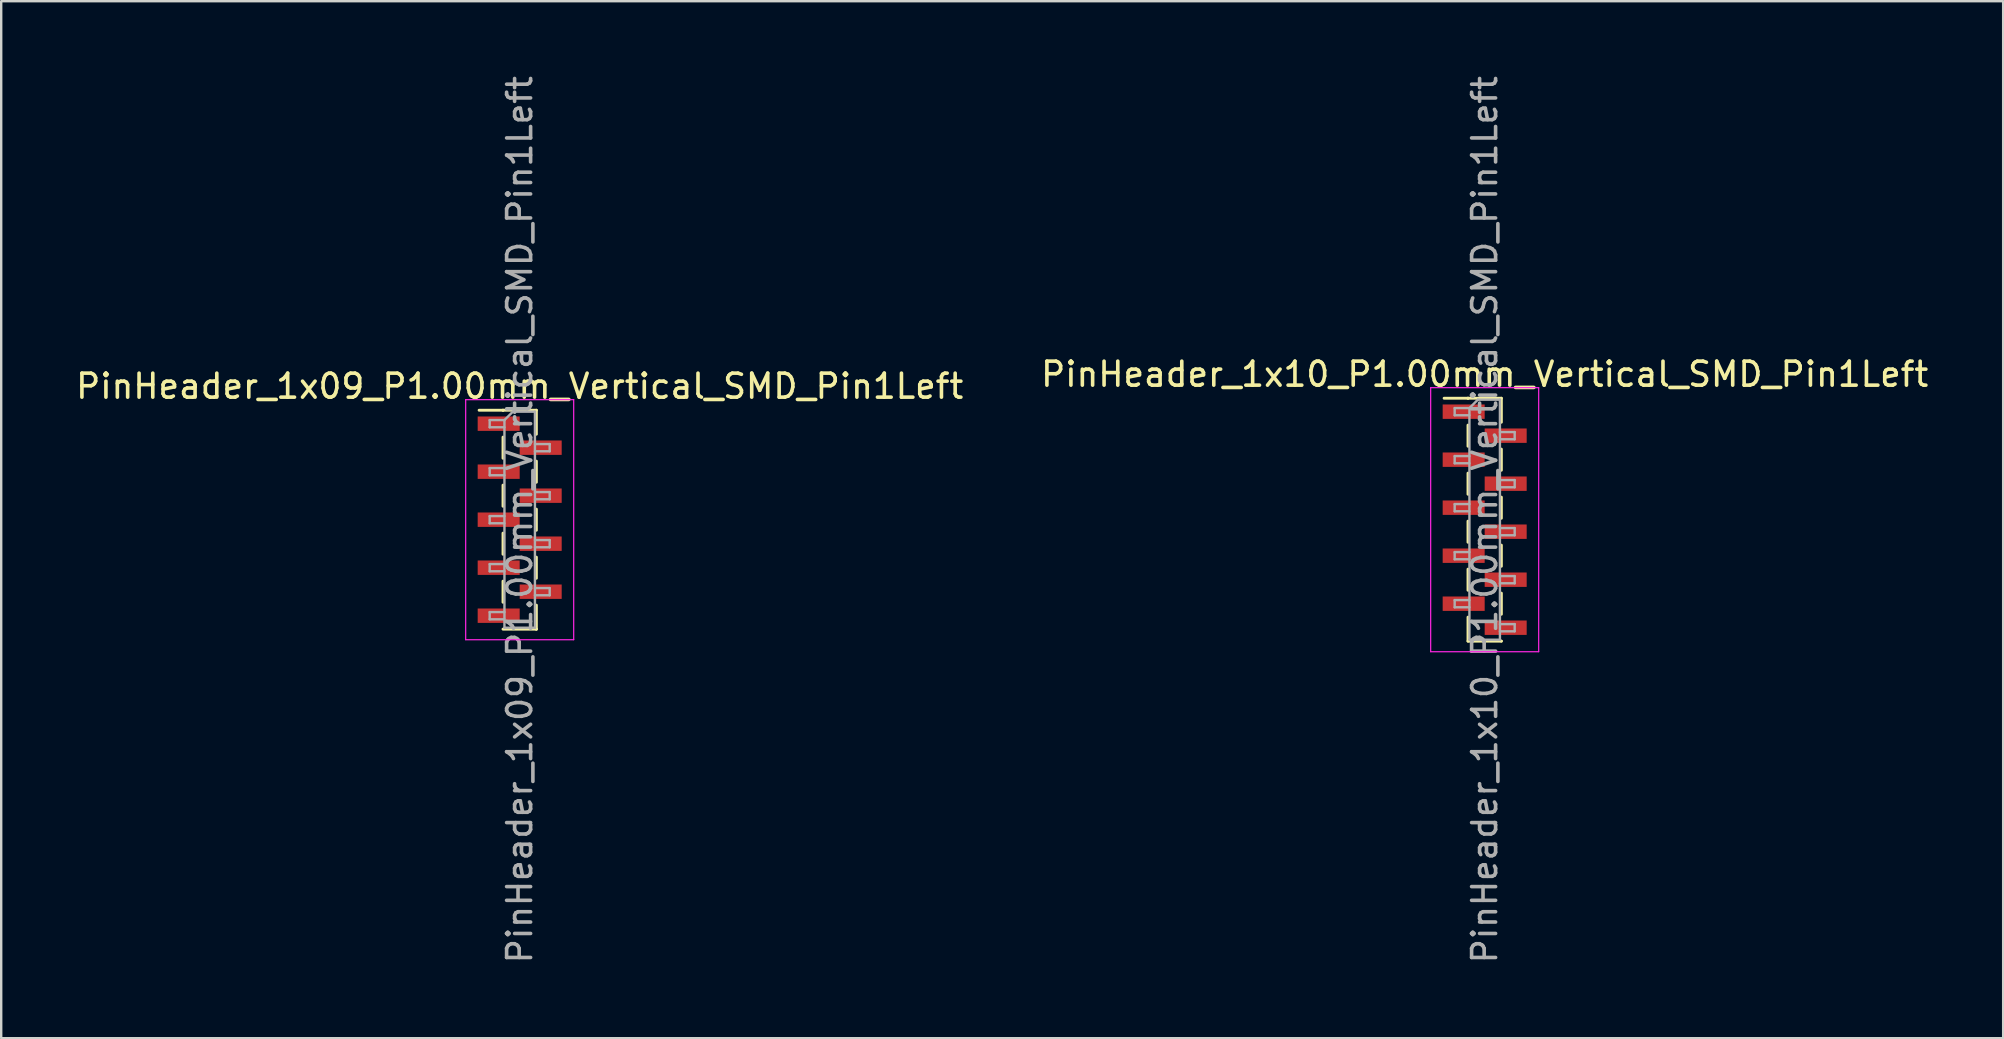
<source format=kicad_pcb>
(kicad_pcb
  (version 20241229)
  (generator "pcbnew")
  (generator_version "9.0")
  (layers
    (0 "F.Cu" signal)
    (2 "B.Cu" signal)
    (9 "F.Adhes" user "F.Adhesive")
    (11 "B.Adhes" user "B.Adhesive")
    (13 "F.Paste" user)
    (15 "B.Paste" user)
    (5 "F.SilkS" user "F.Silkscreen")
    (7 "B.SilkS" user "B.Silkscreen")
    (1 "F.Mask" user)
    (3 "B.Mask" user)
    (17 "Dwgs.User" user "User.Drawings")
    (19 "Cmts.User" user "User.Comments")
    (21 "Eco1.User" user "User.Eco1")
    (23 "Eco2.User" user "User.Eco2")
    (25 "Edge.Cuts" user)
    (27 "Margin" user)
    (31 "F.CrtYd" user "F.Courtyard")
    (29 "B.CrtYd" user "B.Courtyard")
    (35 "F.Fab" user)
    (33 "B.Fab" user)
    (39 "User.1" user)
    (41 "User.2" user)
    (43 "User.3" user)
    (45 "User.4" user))
  (footprint "PinHeader_1x10_P1.00mm_Vertical_SMD_Pin1Left"
    (layer "F.Cu")
    (at 58.804 18.601)
    (property "Reference" "PinHeader_1x10_P1.00mm_Vertical_SMD_Pin1Left" (at 0 -6.06 0) (layer "F.SilkS") (effects (font (size 1 1) (thickness 0.15))))
    (attr smd)
    (fp_line (start -0.695 -5.06) (end -1.69 -5.06) (stroke (width 0.12) (type solid)) (layer "F.SilkS"))
    (fp_line (start -0.695 -5.06) (end -0.695 -5.06) (stroke (width 0.12) (type solid)) (layer "F.SilkS"))
    (fp_line (start -0.695 -5.06) (end 0.695 -5.06) (stroke (width 0.12) (type solid)) (layer "F.SilkS"))
    (fp_line (start -0.695 -3.94) (end -0.695 -3.06) (stroke (width 0.12) (type solid)) (layer "F.SilkS"))
    (fp_line (start -0.695 -1.94) (end -0.695 -1.06) (stroke (width 0.12) (type solid)) (layer "F.SilkS"))
    (fp_line (start -0.695 0.06) (end -0.695 0.94) (stroke (width 0.12) (type solid)) (layer "F.SilkS"))
    (fp_line (start -0.695 2.06) (end -0.695 2.94) (stroke (width 0.12) (type solid)) (layer "F.SilkS"))
    (fp_line (start -0.695 4.06) (end -0.695 5.06) (stroke (width 0.12) (type solid)) (layer "F.SilkS"))
    (fp_line (start -0.695 5.06) (end 0.695 5.06) (stroke (width 0.12) (type solid)) (layer "F.SilkS"))
    (fp_line (start 0.695 -5.06) (end 0.695 -4.06) (stroke (width 0.12) (type solid)) (layer "F.SilkS"))
    (fp_line (start 0.695 -2.94) (end 0.695 -2.06) (stroke (width 0.12) (type solid)) (layer "F.SilkS"))
    (fp_line (start 0.695 -0.94) (end 0.695 -0.06) (stroke (width 0.12) (type solid)) (layer "F.SilkS"))
    (fp_line (start 0.695 1.06) (end 0.695 1.94) (stroke (width 0.12) (type solid)) (layer "F.SilkS"))
    (fp_line (start 0.695 3.06) (end 0.695 3.94) (stroke (width 0.12) (type solid)) (layer "F.SilkS"))
    (fp_line (start 0.695 5.06) (end 0.695 5.06) (stroke (width 0.12) (type solid)) (layer "F.SilkS"))
    (fp_line (start -2.25 -5.5) (end -2.25 5.5) (stroke (width 0.05) (type solid)) (layer "F.CrtYd"))
    (fp_line (start -2.25 5.5) (end 2.25 5.5) (stroke (width 0.05) (type solid)) (layer "F.CrtYd"))
    (fp_line (start 2.25 -5.5) (end -2.25 -5.5) (stroke (width 0.05) (type solid)) (layer "F.CrtYd"))
    (fp_line (start 2.25 5.5) (end 2.25 -5.5) (stroke (width 0.05) (type solid)) (layer "F.CrtYd"))
    (fp_line (start -1.25 -4.65) (end -1.25 -4.35) (stroke (width 0.1) (type solid)) (layer "F.Fab"))
    (fp_line (start -1.25 -4.35) (end -0.635 -4.35) (stroke (width 0.1) (type solid)) (layer "F.Fab"))
    (fp_line (start -1.25 -2.65) (end -1.25 -2.35) (stroke (width 0.1) (type solid)) (layer "F.Fab"))
    (fp_line (start -1.25 -2.35) (end -0.635 -2.35) (stroke (width 0.1) (type solid)) (layer "F.Fab"))
    (fp_line (start -1.25 -0.65) (end -1.25 -0.35) (stroke (width 0.1) (type solid)) (layer "F.Fab"))
    (fp_line (start -1.25 -0.35) (end -0.635 -0.35) (stroke (width 0.1) (type solid)) (layer "F.Fab"))
    (fp_line (start -1.25 1.35) (end -1.25 1.65) (stroke (width 0.1) (type solid)) (layer "F.Fab"))
    (fp_line (start -1.25 1.65) (end -0.635 1.65) (stroke (width 0.1) (type solid)) (layer "F.Fab"))
    (fp_line (start -1.25 3.35) (end -1.25 3.65) (stroke (width 0.1) (type solid)) (layer "F.Fab"))
    (fp_line (start -1.25 3.65) (end -0.635 3.65) (stroke (width 0.1) (type solid)) (layer "F.Fab"))
    (fp_line (start -0.635 -4.65) (end -1.25 -4.65) (stroke (width 0.1) (type solid)) (layer "F.Fab"))
    (fp_line (start -0.635 -4.65) (end -0.285 -5) (stroke (width 0.1) (type solid)) (layer "F.Fab"))
    (fp_line (start -0.635 -2.65) (end -1.25 -2.65) (stroke (width 0.1) (type solid)) (layer "F.Fab"))
    (fp_line (start -0.635 -0.65) (end -1.25 -0.65) (stroke (width 0.1) (type solid)) (layer "F.Fab"))
    (fp_line (start -0.635 1.35) (end -1.25 1.35) (stroke (width 0.1) (type solid)) (layer "F.Fab"))
    (fp_line (start -0.635 3.35) (end -1.25 3.35) (stroke (width 0.1) (type solid)) (layer "F.Fab"))
    (fp_line (start -0.635 5) (end -0.635 -4.65) (stroke (width 0.1) (type solid)) (layer "F.Fab"))
    (fp_line (start -0.285 -5) (end 0.635 -5) (stroke (width 0.1) (type solid)) (layer "F.Fab"))
    (fp_line (start 0.635 -5) (end 0.635 5) (stroke (width 0.1) (type solid)) (layer "F.Fab"))
    (fp_line (start 0.635 -3.65) (end 1.25 -3.65) (stroke (width 0.1) (type solid)) (layer "F.Fab"))
    (fp_line (start 0.635 -1.65) (end 1.25 -1.65) (stroke (width 0.1) (type solid)) (layer "F.Fab"))
    (fp_line (start 0.635 0.35) (end 1.25 0.35) (stroke (width 0.1) (type solid)) (layer "F.Fab"))
    (fp_line (start 0.635 2.35) (end 1.25 2.35) (stroke (width 0.1) (type solid)) (layer "F.Fab"))
    (fp_line (start 0.635 4.35) (end 1.25 4.35) (stroke (width 0.1) (type solid)) (layer "F.Fab"))
    (fp_line (start 0.635 5) (end -0.635 5) (stroke (width 0.1) (type solid)) (layer "F.Fab"))
    (fp_line (start 1.25 -3.65) (end 1.25 -3.35) (stroke (width 0.1) (type solid)) (layer "F.Fab"))
    (fp_line (start 1.25 -3.35) (end 0.635 -3.35) (stroke (width 0.1) (type solid)) (layer "F.Fab"))
    (fp_line (start 1.25 -1.65) (end 1.25 -1.35) (stroke (width 0.1) (type solid)) (layer "F.Fab"))
    (fp_line (start 1.25 -1.35) (end 0.635 -1.35) (stroke (width 0.1) (type solid)) (layer "F.Fab"))
    (fp_line (start 1.25 0.35) (end 1.25 0.65) (stroke (width 0.1) (type solid)) (layer "F.Fab"))
    (fp_line (start 1.25 0.65) (end 0.635 0.65) (stroke (width 0.1) (type solid)) (layer "F.Fab"))
    (fp_line (start 1.25 2.35) (end 1.25 2.65) (stroke (width 0.1) (type solid)) (layer "F.Fab"))
    (fp_line (start 1.25 2.65) (end 0.635 2.65) (stroke (width 0.1) (type solid)) (layer "F.Fab"))
    (fp_line (start 1.25 4.35) (end 1.25 4.65) (stroke (width 0.1) (type solid)) (layer "F.Fab"))
    (fp_line (start 1.25 4.65) (end 0.635 4.65) (stroke (width 0.1) (type solid)) (layer "F.Fab"))
    (fp_text user "${REFERENCE}" (at 0 0 90) (layer "F.Fab") (effects (font (size 1 1) (thickness 0.15))))
    (pad "1" smd rect (at -0.875 -4.5) (size 1.75 0.6) (layers "F.Cu" "F.Mask" "F.Paste"))
    (pad "2" smd rect (at 0.875 -3.5) (size 1.75 0.6) (layers "F.Cu" "F.Mask" "F.Paste"))
    (pad "3" smd rect (at -0.875 -2.5) (size 1.75 0.6) (layers "F.Cu" "F.Mask" "F.Paste"))
    (pad "4" smd rect (at 0.875 -1.5) (size 1.75 0.6) (layers "F.Cu" "F.Mask" "F.Paste"))
    (pad "5" smd rect (at -0.875 -0.5) (size 1.75 0.6) (layers "F.Cu" "F.Mask" "F.Paste"))
    (pad "6" smd rect (at 0.875 0.5) (size 1.75 0.6) (layers "F.Cu" "F.Mask" "F.Paste"))
    (pad "7" smd rect (at -0.875 1.5) (size 1.75 0.6) (layers "F.Cu" "F.Mask" "F.Paste"))
    (pad "8" smd rect (at 0.875 2.5) (size 1.75 0.6) (layers "F.Cu" "F.Mask" "F.Paste"))
    (pad "9" smd rect (at -0.875 3.5) (size 1.75 0.6) (layers "F.Cu" "F.Mask" "F.Paste"))
    (pad "10" smd rect (at 0.875 4.5) (size 1.75 0.6) (layers "F.Cu" "F.Mask" "F.Paste")))
  (footprint "PinHeader_1x09_P1.00mm_Vertical_SMD_Pin1Left"
    (layer "F.Cu")
    (at 18.601 18.601)
    (property "Reference" "PinHeader_1x09_P1.00mm_Vertical_SMD_Pin1Left" (at 0 -5.56 0) (layer "F.SilkS") (effects (font (size 1 1) (thickness 0.15))))
    (attr smd)
    (fp_line (start -0.695 -4.56) (end -1.69 -4.56) (stroke (width 0.12) (type solid)) (layer "F.SilkS"))
    (fp_line (start -0.695 -4.56) (end -0.695 -4.56) (stroke (width 0.12) (type solid)) (layer "F.SilkS"))
    (fp_line (start -0.695 -4.56) (end 0.695 -4.56) (stroke (width 0.12) (type solid)) (layer "F.SilkS"))
    (fp_line (start -0.695 -3.44) (end -0.695 -2.56) (stroke (width 0.12) (type solid)) (layer "F.SilkS"))
    (fp_line (start -0.695 -1.44) (end -0.695 -0.56) (stroke (width 0.12) (type solid)) (layer "F.SilkS"))
    (fp_line (start -0.695 0.56) (end -0.695 1.44) (stroke (width 0.12) (type solid)) (layer "F.SilkS"))
    (fp_line (start -0.695 2.56) (end -0.695 3.44) (stroke (width 0.12) (type solid)) (layer "F.SilkS"))
    (fp_line (start -0.695 4.56) (end 0.695 4.56) (stroke (width 0.12) (type solid)) (layer "F.SilkS"))
    (fp_line (start 0.695 -4.56) (end 0.695 -3.56) (stroke (width 0.12) (type solid)) (layer "F.SilkS"))
    (fp_line (start 0.695 -2.44) (end 0.695 -1.56) (stroke (width 0.12) (type solid)) (layer "F.SilkS"))
    (fp_line (start 0.695 -0.44) (end 0.695 0.44) (stroke (width 0.12) (type solid)) (layer "F.SilkS"))
    (fp_line (start 0.695 1.56) (end 0.695 2.44) (stroke (width 0.12) (type solid)) (layer "F.SilkS"))
    (fp_line (start 0.695 3.56) (end 0.695 4.56) (stroke (width 0.12) (type solid)) (layer "F.SilkS"))
    (fp_line (start 0.695 4.56) (end 0.695 4.56) (stroke (width 0.12) (type solid)) (layer "F.SilkS"))
    (fp_line (start -2.25 -5) (end -2.25 5) (stroke (width 0.05) (type solid)) (layer "F.CrtYd"))
    (fp_line (start -2.25 5) (end 2.25 5) (stroke (width 0.05) (type solid)) (layer "F.CrtYd"))
    (fp_line (start 2.25 -5) (end -2.25 -5) (stroke (width 0.05) (type solid)) (layer "F.CrtYd"))
    (fp_line (start 2.25 5) (end 2.25 -5) (stroke (width 0.05) (type solid)) (layer "F.CrtYd"))
    (fp_line (start -1.25 -4.15) (end -1.25 -3.85) (stroke (width 0.1) (type solid)) (layer "F.Fab"))
    (fp_line (start -1.25 -3.85) (end -0.635 -3.85) (stroke (width 0.1) (type solid)) (layer "F.Fab"))
    (fp_line (start -1.25 -2.15) (end -1.25 -1.85) (stroke (width 0.1) (type solid)) (layer "F.Fab"))
    (fp_line (start -1.25 -1.85) (end -0.635 -1.85) (stroke (width 0.1) (type solid)) (layer "F.Fab"))
    (fp_line (start -1.25 -0.15) (end -1.25 0.15) (stroke (width 0.1) (type solid)) (layer "F.Fab"))
    (fp_line (start -1.25 0.15) (end -0.635 0.15) (stroke (width 0.1) (type solid)) (layer "F.Fab"))
    (fp_line (start -1.25 1.85) (end -1.25 2.15) (stroke (width 0.1) (type solid)) (layer "F.Fab"))
    (fp_line (start -1.25 2.15) (end -0.635 2.15) (stroke (width 0.1) (type solid)) (layer "F.Fab"))
    (fp_line (start -1.25 3.85) (end -1.25 4.15) (stroke (width 0.1) (type solid)) (layer "F.Fab"))
    (fp_line (start -1.25 4.15) (end -0.635 4.15) (stroke (width 0.1) (type solid)) (layer "F.Fab"))
    (fp_line (start -0.635 -4.15) (end -1.25 -4.15) (stroke (width 0.1) (type solid)) (layer "F.Fab"))
    (fp_line (start -0.635 -4.15) (end -0.285 -4.5) (stroke (width 0.1) (type solid)) (layer "F.Fab"))
    (fp_line (start -0.635 -2.15) (end -1.25 -2.15) (stroke (width 0.1) (type solid)) (layer "F.Fab"))
    (fp_line (start -0.635 -0.15) (end -1.25 -0.15) (stroke (width 0.1) (type solid)) (layer "F.Fab"))
    (fp_line (start -0.635 1.85) (end -1.25 1.85) (stroke (width 0.1) (type solid)) (layer "F.Fab"))
    (fp_line (start -0.635 3.85) (end -1.25 3.85) (stroke (width 0.1) (type solid)) (layer "F.Fab"))
    (fp_line (start -0.635 4.5) (end -0.635 -4.15) (stroke (width 0.1) (type solid)) (layer "F.Fab"))
    (fp_line (start -0.285 -4.5) (end 0.635 -4.5) (stroke (width 0.1) (type solid)) (layer "F.Fab"))
    (fp_line (start 0.635 -4.5) (end 0.635 4.5) (stroke (width 0.1) (type solid)) (layer "F.Fab"))
    (fp_line (start 0.635 -3.15) (end 1.25 -3.15) (stroke (width 0.1) (type solid)) (layer "F.Fab"))
    (fp_line (start 0.635 -1.15) (end 1.25 -1.15) (stroke (width 0.1) (type solid)) (layer "F.Fab"))
    (fp_line (start 0.635 0.85) (end 1.25 0.85) (stroke (width 0.1) (type solid)) (layer "F.Fab"))
    (fp_line (start 0.635 2.85) (end 1.25 2.85) (stroke (width 0.1) (type solid)) (layer "F.Fab"))
    (fp_line (start 0.635 4.5) (end -0.635 4.5) (stroke (width 0.1) (type solid)) (layer "F.Fab"))
    (fp_line (start 1.25 -3.15) (end 1.25 -2.85) (stroke (width 0.1) (type solid)) (layer "F.Fab"))
    (fp_line (start 1.25 -2.85) (end 0.635 -2.85) (stroke (width 0.1) (type solid)) (layer "F.Fab"))
    (fp_line (start 1.25 -1.15) (end 1.25 -0.85) (stroke (width 0.1) (type solid)) (layer "F.Fab"))
    (fp_line (start 1.25 -0.85) (end 0.635 -0.85) (stroke (width 0.1) (type solid)) (layer "F.Fab"))
    (fp_line (start 1.25 0.85) (end 1.25 1.15) (stroke (width 0.1) (type solid)) (layer "F.Fab"))
    (fp_line (start 1.25 1.15) (end 0.635 1.15) (stroke (width 0.1) (type solid)) (layer "F.Fab"))
    (fp_line (start 1.25 2.85) (end 1.25 3.15) (stroke (width 0.1) (type solid)) (layer "F.Fab"))
    (fp_line (start 1.25 3.15) (end 0.635 3.15) (stroke (width 0.1) (type solid)) (layer "F.Fab"))
    (fp_text user "${REFERENCE}" (at 0 0 90) (layer "F.Fab") (effects (font (size 1 1) (thickness 0.15))))
    (pad "1" smd rect (at -0.875 -4) (size 1.75 0.6) (layers "F.Cu" "F.Mask" "F.Paste"))
    (pad "2" smd rect (at 0.875 -3) (size 1.75 0.6) (layers "F.Cu" "F.Mask" "F.Paste"))
    (pad "3" smd rect (at -0.875 -2) (size 1.75 0.6) (layers "F.Cu" "F.Mask" "F.Paste"))
    (pad "4" smd rect (at 0.875 -1) (size 1.75 0.6) (layers "F.Cu" "F.Mask" "F.Paste"))
    (pad "5" smd rect (at -0.875 0) (size 1.75 0.6) (layers "F.Cu" "F.Mask" "F.Paste"))
    (pad "6" smd rect (at 0.875 1) (size 1.75 0.6) (layers "F.Cu" "F.Mask" "F.Paste"))
    (pad "7" smd rect (at -0.875 2) (size 1.75 0.6) (layers "F.Cu" "F.Mask" "F.Paste"))
    (pad "8" smd rect (at 0.875 3) (size 1.75 0.6) (layers "F.Cu" "F.Mask" "F.Paste"))
    (pad "9" smd rect (at -0.875 4) (size 1.75 0.6) (layers "F.Cu" "F.Mask" "F.Paste")))
  (gr_rect
    (start -3 -3)
    (end 80.405 40.202)
    (stroke (width 0.1) (type default))
    (fill no)
    (layer "Edge.Cuts")))
</source>
